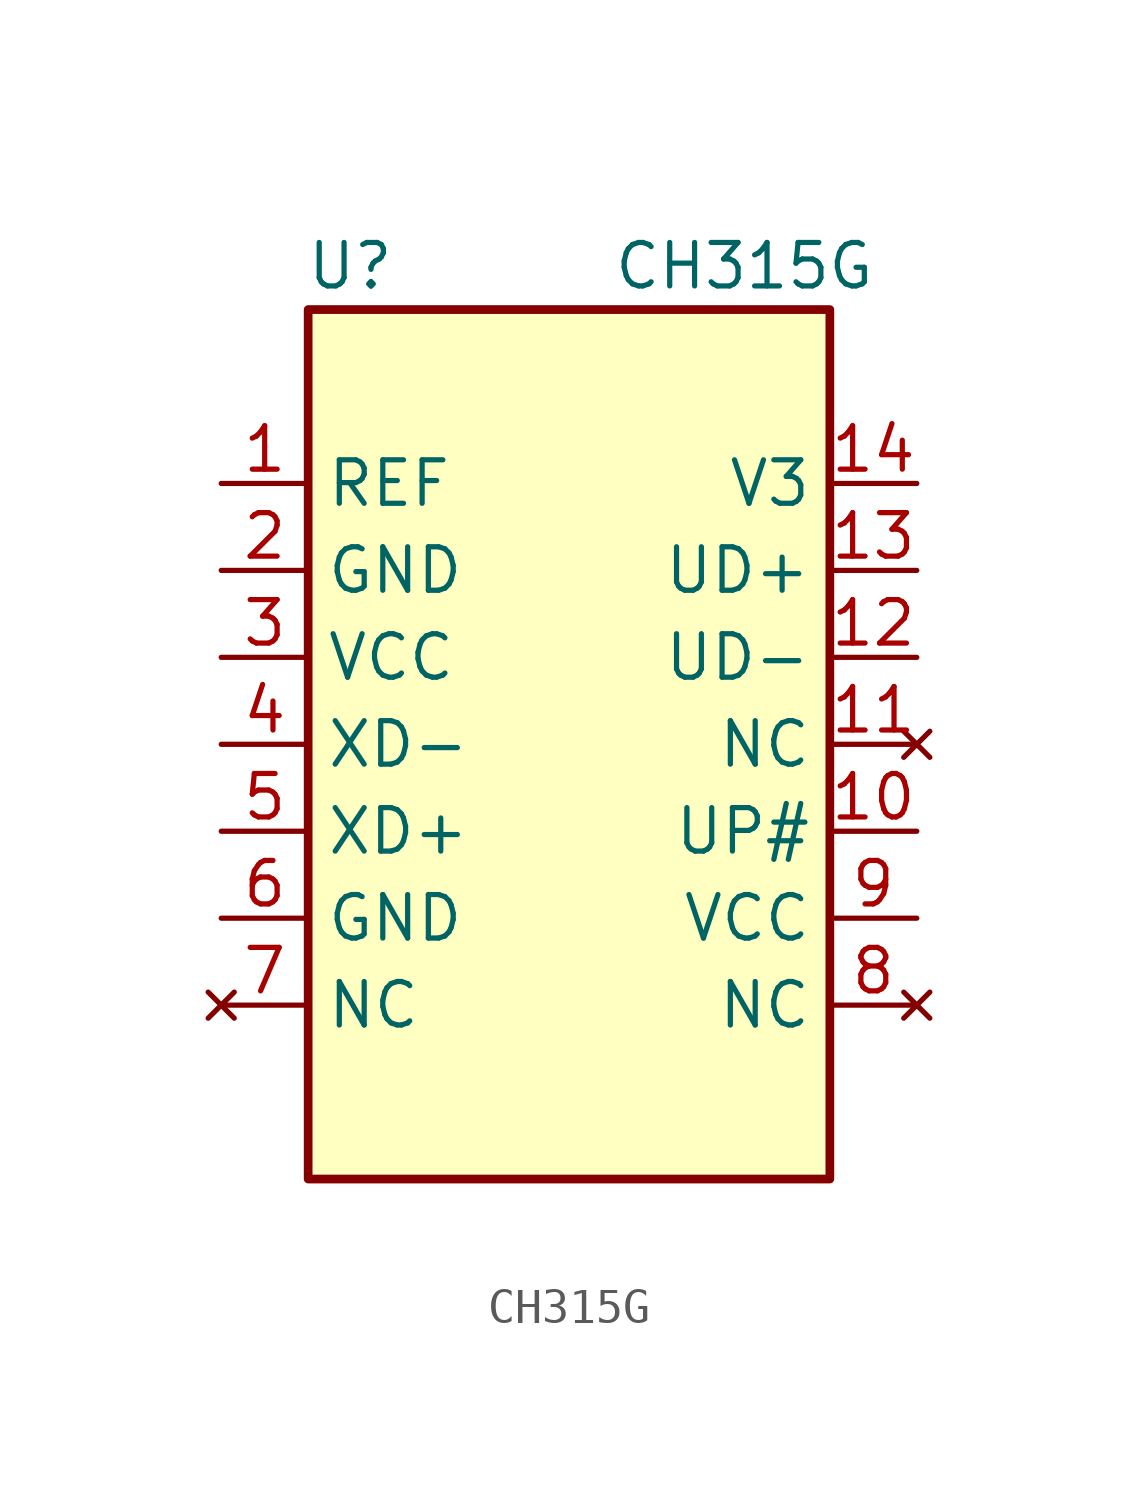
<source format=kicad_sym>
(kicad_symbol_lib
  (version 20231120)
  (generator "kicad_symbol_editor")
  (generator_version "8.0")
  (symbol "CH315G"
    (property "Reference" "U"
      (at -5.08 13.97 0)
      (effects (font (size 1.27 1.27)) (justify right)))
    (property "Value" "CH315G"
      (at 1.27 13.97 0)
      (effects (font (size 1.27 1.27)) (justify left)))
    (symbol "CH315G_0_1"
      (rectangle (start -7.62 12.7) (end 7.62 -12.7) (stroke (width 0.254) (type default)) (fill (type background))))
    (symbol "CH315G_1_1"
      (pin input line (at -10.16 7.62 0) (length 2.54) (name "REF" (effects (font (size 1.27 1.27)))) (number "1" (effects (font (size 1.27 1.27)))))
      (pin bidirectional line (at 10.16 -2.54 180) (length 2.54) (name "UP#" (effects (font (size 1.27 1.27)))) (number "10" (effects (font (size 1.27 1.27)))))
      (pin no_connect line (at 10.16 0 180) (length 2.54) (name "NC" (effects (font (size 1.27 1.27)))) (number "11" (effects (font (size 1.27 1.27)))))
      (pin bidirectional line (at 10.16 2.54 180) (length 2.54) (name "UD-" (effects (font (size 1.27 1.27)))) (number "12" (effects (font (size 1.27 1.27)))))
      (pin bidirectional line (at 10.16 5.08 180) (length 2.54) (name "UD+" (effects (font (size 1.27 1.27)))) (number "13" (effects (font (size 1.27 1.27)))))
      (pin input line (at 10.16 7.62 180) (length 2.54) (name "V3" (effects (font (size 1.27 1.27)))) (number "14" (effects (font (size 1.27 1.27)))))
      (pin input line (at -10.16 5.08 0) (length 2.54) (name "GND" (effects (font (size 1.27 1.27)))) (number "2" (effects (font (size 1.27 1.27)))))
      (pin input line (at -10.16 2.54 0) (length 2.54) (name "VCC" (effects (font (size 1.27 1.27)))) (number "3" (effects (font (size 1.27 1.27)))))
      (pin bidirectional line (at -10.16 0 0) (length 2.54) (name "XD-" (effects (font (size 1.27 1.27)))) (number "4" (effects (font (size 1.27 1.27)))))
      (pin bidirectional line (at -10.16 -2.54 0) (length 2.54) (name "XD+" (effects (font (size 1.27 1.27)))) (number "5" (effects (font (size 1.27 1.27)))))
      (pin input line (at -10.16 -5.08 0) (length 2.54) (name "GND" (effects (font (size 1.27 1.27)))) (number "6" (effects (font (size 1.27 1.27)))))
      (pin no_connect line (at -10.16 -7.62 0) (length 2.54) (name "NC" (effects (font (size 1.27 1.27)))) (number "7" (effects (font (size 1.27 1.27)))))
      (pin no_connect line (at 10.16 -7.62 180) (length 2.54) (name "NC" (effects (font (size 1.27 1.27)))) (number "8" (effects (font (size 1.27 1.27)))))
      (pin input line (at 10.16 -5.08 180) (length 2.54) (name "VCC" (effects (font (size 1.27 1.27)))) (number "9" (effects (font (size 1.27 1.27))))))))
</source>
